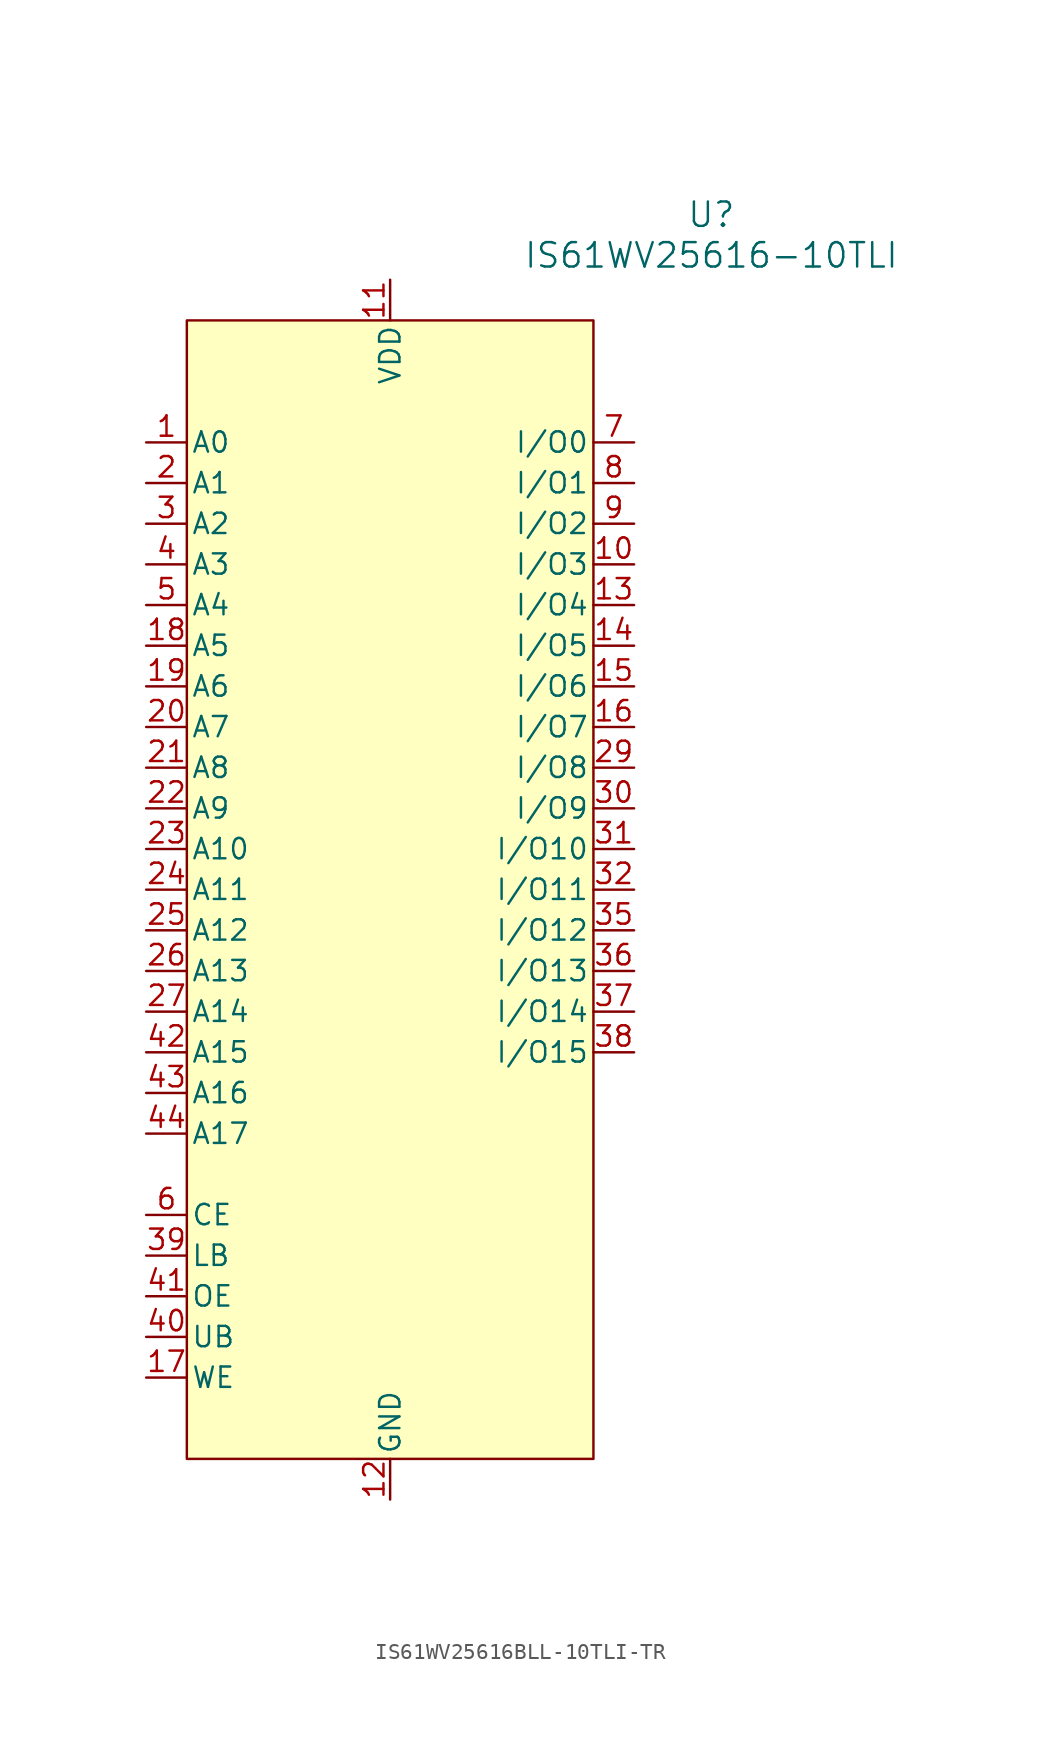
<source format=kicad_sym>
(kicad_symbol_lib
  (version 20231120)
  (generator "kicad_symbol_editor")
  (generator_version "8.0")
  (symbol "IS61WV25616BLL-10TLI-TR"
    (pin_names
      (offset 0.254))
    (property "Reference" "U"
      (at 40.386 14.224 0)
      (effects (font (size 1.524 1.524))))
    (property "Value" "IS61WV25616-10TLI"
      (at 40.386 11.684 0)
      (effects (font (size 1.524 1.524))))
    (symbol "IS61WV25616BLL-10TLI-TR_1_1"
      (rectangle (start 7.62 7.62) (end 33.02 -63.5) (stroke (width 0) (type default)) (fill (type background)))
      (pin input line (at 5.08 0 0) (length 2.54) (name "A0" (effects (font (size 1.27 1.27)))) (number "1" (effects (font (size 1.27 1.27)))))
      (pin bidirectional line (at 35.56 -7.62 180) (length 2.54) (name "I/O3" (effects (font (size 1.27 1.27)))) (number "10" (effects (font (size 1.27 1.27)))))
      (pin power_in line (at 20.32 10.16 270) (length 2.54) (name "VDD" (effects (font (size 1.27 1.27)))) (number "11" (effects (font (size 1.27 1.27)))))
      (pin power_out line (at 20.32 -66.04 90) (length 2.54) (name "GND" (effects (font (size 1.27 1.27)))) (number "12" (effects (font (size 1.27 1.27)))))
      (pin bidirectional line (at 35.56 -10.16 180) (length 2.54) (name "I/O4" (effects (font (size 1.27 1.27)))) (number "13" (effects (font (size 1.27 1.27)))))
      (pin bidirectional line (at 35.56 -12.7 180) (length 2.54) (name "I/O5" (effects (font (size 1.27 1.27)))) (number "14" (effects (font (size 1.27 1.27)))))
      (pin bidirectional line (at 35.56 -15.24 180) (length 2.54) (name "I/O6" (effects (font (size 1.27 1.27)))) (number "15" (effects (font (size 1.27 1.27)))))
      (pin bidirectional line (at 35.56 -17.78 180) (length 2.54) (name "I/O7" (effects (font (size 1.27 1.27)))) (number "16" (effects (font (size 1.27 1.27)))))
      (pin input line (at 5.08 -58.42 0) (length 2.54) (name "WE" (effects (font (size 1.27 1.27)))) (number "17" (effects (font (size 1.27 1.27)))))
      (pin input line (at 5.08 -12.7 0) (length 2.54) (name "A5" (effects (font (size 1.27 1.27)))) (number "18" (effects (font (size 1.27 1.27)))))
      (pin input line (at 5.08 -15.24 0) (length 2.54) (name "A6" (effects (font (size 1.27 1.27)))) (number "19" (effects (font (size 1.27 1.27)))))
      (pin input line (at 5.08 -2.54 0) (length 2.54) (name "A1" (effects (font (size 1.27 1.27)))) (number "2" (effects (font (size 1.27 1.27)))))
      (pin input line (at 5.08 -17.78 0) (length 2.54) (name "A7" (effects (font (size 1.27 1.27)))) (number "20" (effects (font (size 1.27 1.27)))))
      (pin input line (at 5.08 -20.32 0) (length 2.54) (name "A8" (effects (font (size 1.27 1.27)))) (number "21" (effects (font (size 1.27 1.27)))))
      (pin input line (at 5.08 -22.86 0) (length 2.54) (name "A9" (effects (font (size 1.27 1.27)))) (number "22" (effects (font (size 1.27 1.27)))))
      (pin input line (at 5.08 -25.4 0) (length 2.54) (name "A10" (effects (font (size 1.27 1.27)))) (number "23" (effects (font (size 1.27 1.27)))))
      (pin input line (at 5.08 -27.94 0) (length 2.54) (name "A11" (effects (font (size 1.27 1.27)))) (number "24" (effects (font (size 1.27 1.27)))))
      (pin input line (at 5.08 -30.48 0) (length 2.54) (name "A12" (effects (font (size 1.27 1.27)))) (number "25" (effects (font (size 1.27 1.27)))))
      (pin input line (at 5.08 -33.02 0) (length 2.54) (name "A13" (effects (font (size 1.27 1.27)))) (number "26" (effects (font (size 1.27 1.27)))))
      (pin input line (at 5.08 -35.56 0) (length 2.54) (name "A14" (effects (font (size 1.27 1.27)))) (number "27" (effects (font (size 1.27 1.27)))))
      (pin no_connect line (at 5.08 -60.96 0) (length 2.54) hide (name "NC" (effects (font (size 1.27 1.27)))) (number "28" (effects (font (size 1.27 1.27)))))
      (pin bidirectional line (at 35.56 -20.32 180) (length 2.54) (name "I/O8" (effects (font (size 1.27 1.27)))) (number "29" (effects (font (size 1.27 1.27)))))
      (pin input line (at 5.08 -5.08 0) (length 2.54) (name "A2" (effects (font (size 1.27 1.27)))) (number "3" (effects (font (size 1.27 1.27)))))
      (pin bidirectional line (at 35.56 -22.86 180) (length 2.54) (name "I/O9" (effects (font (size 1.27 1.27)))) (number "30" (effects (font (size 1.27 1.27)))))
      (pin bidirectional line (at 35.56 -25.4 180) (length 2.54) (name "I/O10" (effects (font (size 1.27 1.27)))) (number "31" (effects (font (size 1.27 1.27)))))
      (pin bidirectional line (at 35.56 -27.94 180) (length 2.54) (name "I/O11" (effects (font (size 1.27 1.27)))) (number "32" (effects (font (size 1.27 1.27)))))
      (pin power_in line (at 20.32 10.16 270) (length 2.54) hide (name "VDD" (effects (font (size 1.27 1.27)))) (number "33" (effects (font (size 1.27 1.27)))))
      (pin power_out line (at 20.32 -66.04 90) (length 2.54) hide (name "GND" (effects (font (size 1.27 1.27)))) (number "34" (effects (font (size 1.27 1.27)))))
      (pin bidirectional line (at 35.56 -30.48 180) (length 2.54) (name "I/O12" (effects (font (size 1.27 1.27)))) (number "35" (effects (font (size 1.27 1.27)))))
      (pin bidirectional line (at 35.56 -33.02 180) (length 2.54) (name "I/O13" (effects (font (size 1.27 1.27)))) (number "36" (effects (font (size 1.27 1.27)))))
      (pin bidirectional line (at 35.56 -35.56 180) (length 2.54) (name "I/O14" (effects (font (size 1.27 1.27)))) (number "37" (effects (font (size 1.27 1.27)))))
      (pin bidirectional line (at 35.56 -38.1 180) (length 2.54) (name "I/O15" (effects (font (size 1.27 1.27)))) (number "38" (effects (font (size 1.27 1.27)))))
      (pin input line (at 5.08 -50.8 0) (length 2.54) (name "LB" (effects (font (size 1.27 1.27)))) (number "39" (effects (font (size 1.27 1.27)))))
      (pin input line (at 5.08 -7.62 0) (length 2.54) (name "A3" (effects (font (size 1.27 1.27)))) (number "4" (effects (font (size 1.27 1.27)))))
      (pin input line (at 5.08 -55.88 0) (length 2.54) (name "UB" (effects (font (size 1.27 1.27)))) (number "40" (effects (font (size 1.27 1.27)))))
      (pin input line (at 5.08 -53.34 0) (length 2.54) (name "OE" (effects (font (size 1.27 1.27)))) (number "41" (effects (font (size 1.27 1.27)))))
      (pin input line (at 5.08 -38.1 0) (length 2.54) (name "A15" (effects (font (size 1.27 1.27)))) (number "42" (effects (font (size 1.27 1.27)))))
      (pin input line (at 5.08 -40.64 0) (length 2.54) (name "A16" (effects (font (size 1.27 1.27)))) (number "43" (effects (font (size 1.27 1.27)))))
      (pin input line (at 5.08 -43.18 0) (length 2.54) (name "A17" (effects (font (size 1.27 1.27)))) (number "44" (effects (font (size 1.27 1.27)))))
      (pin input line (at 5.08 -10.16 0) (length 2.54) (name "A4" (effects (font (size 1.27 1.27)))) (number "5" (effects (font (size 1.27 1.27)))))
      (pin input line (at 5.08 -48.26 0) (length 2.54) (name "CE" (effects (font (size 1.27 1.27)))) (number "6" (effects (font (size 1.27 1.27)))))
      (pin bidirectional line (at 35.56 0 180) (length 2.54) (name "I/O0" (effects (font (size 1.27 1.27)))) (number "7" (effects (font (size 1.27 1.27)))))
      (pin bidirectional line (at 35.56 -2.54 180) (length 2.54) (name "I/O1" (effects (font (size 1.27 1.27)))) (number "8" (effects (font (size 1.27 1.27)))))
      (pin bidirectional line (at 35.56 -5.08 180) (length 2.54) (name "I/O2" (effects (font (size 1.27 1.27)))) (number "9" (effects (font (size 1.27 1.27))))))))
</source>
